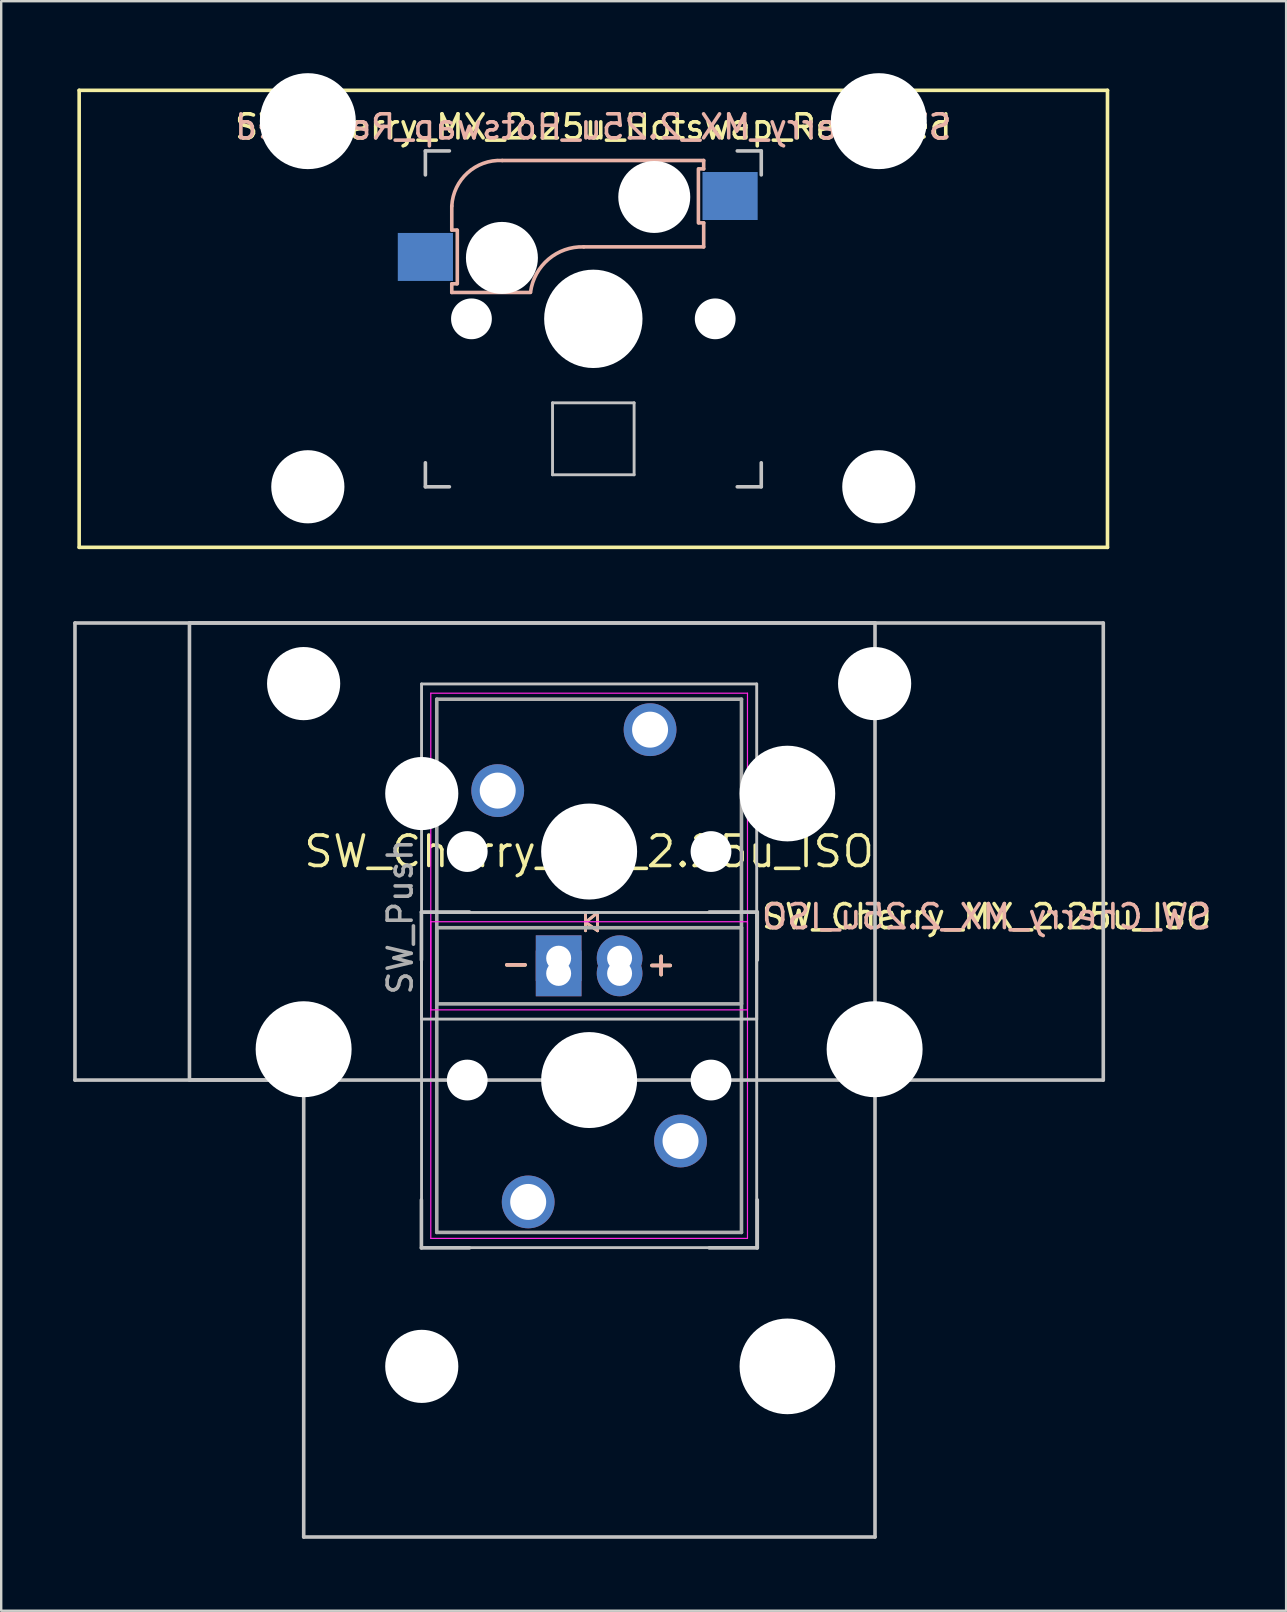
<source format=kicad_pcb>
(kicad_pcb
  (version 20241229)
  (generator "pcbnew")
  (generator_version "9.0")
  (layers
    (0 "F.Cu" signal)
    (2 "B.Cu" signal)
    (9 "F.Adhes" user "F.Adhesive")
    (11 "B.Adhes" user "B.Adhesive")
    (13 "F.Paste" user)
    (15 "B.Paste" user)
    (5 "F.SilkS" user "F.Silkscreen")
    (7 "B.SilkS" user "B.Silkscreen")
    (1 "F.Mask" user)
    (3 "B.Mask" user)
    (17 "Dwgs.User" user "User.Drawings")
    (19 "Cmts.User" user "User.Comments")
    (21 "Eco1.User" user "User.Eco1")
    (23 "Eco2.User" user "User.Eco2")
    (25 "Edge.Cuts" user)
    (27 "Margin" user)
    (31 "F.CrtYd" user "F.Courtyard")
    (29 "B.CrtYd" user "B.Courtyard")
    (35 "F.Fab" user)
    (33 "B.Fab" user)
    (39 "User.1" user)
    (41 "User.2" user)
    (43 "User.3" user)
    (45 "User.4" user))
  (footprint "SW_Cherry_MX_2.25u_ISO"
    (layer "F.Cu")
    (at 21.506 32.444)
    (property "Reference" "SW_Cherry_MX_2.25u_ISO" (at 0 0 0) (layer "F.SilkS") (effects (font (size 1.27 1.27) (thickness 0.15))))
    (attr through_hole)
    (fp_line (start -0.15 2.95) (end 0.35 3.3) (stroke (width 0.12) (type solid)) (layer "F.SilkS"))
    (fp_line (start -0.15 3.3) (end -0.15 2.55) (stroke (width 0.12) (type solid)) (layer "F.SilkS"))
    (fp_line (start 0.35 2.55) (end -0.15 2.95) (stroke (width 0.12) (type solid)) (layer "F.SilkS"))
    (fp_line (start 0.35 3.3) (end 0.35 2.55) (stroke (width 0.12) (type solid)) (layer "F.SilkS"))
    (fp_line (start -0.15 2.95) (end 0.35 3.3) (stroke (width 0.12) (type solid)) (layer "B.SilkS"))
    (fp_line (start -0.15 3.3) (end -0.15 2.55) (stroke (width 0.12) (type solid)) (layer "B.SilkS"))
    (fp_line (start 0.35 2.55) (end -0.15 2.95) (stroke (width 0.12) (type solid)) (layer "B.SilkS"))
    (fp_line (start 0.35 3.3) (end 0.35 2.55) (stroke (width 0.12) (type solid)) (layer "B.SilkS"))
    (fp_line (start -21.431 -9.525) (end 21.431 -9.525) (stroke (width 0.15) (type solid)) (layer "Dwgs.User"))
    (fp_line (start -21.431 9.525) (end -21.431 -9.525) (stroke (width 0.15) (type solid)) (layer "Dwgs.User"))
    (fp_line (start -16.659 -9.529) (end -16.659 9.521) (stroke (width 0.15) (type solid)) (layer "Dwgs.User"))
    (fp_line (start -16.659 -9.529) (end 11.916 -9.529) (stroke (width 0.15) (type solid)) (layer "Dwgs.User"))
    (fp_line (start -11.897 9.521) (end -16.659 9.521) (stroke (width 0.15) (type solid)) (layer "Dwgs.User"))
    (fp_line (start -11.897 28.571) (end -11.897 9.521) (stroke (width 0.15) (type solid)) (layer "Dwgs.User"))
    (fp_line (start -11.897 28.571) (end 11.916 28.571) (stroke (width 0.15) (type solid)) (layer "Dwgs.User"))
    (fp_line (start -6.991 2.521) (end -6.991 4.521) (stroke (width 0.15) (type solid)) (layer "Dwgs.User"))
    (fp_line (start -6.991 14.521) (end -6.991 16.521) (stroke (width 0.15) (type solid)) (layer "Dwgs.User"))
    (fp_line (start -6.991 16.521) (end -4.991 16.521) (stroke (width 0.15) (type solid)) (layer "Dwgs.User"))
    (fp_line (start -6.985 -6.985) (end 6.985 -6.985) (stroke (width 0.12) (type solid)) (layer "Dwgs.User"))
    (fp_line (start -6.985 2.54) (end 6.985 2.54) (stroke (width 0.12) (type solid)) (layer "Dwgs.User"))
    (fp_line (start -6.985 6.985) (end -6.985 -6.985) (stroke (width 0.12) (type solid)) (layer "Dwgs.User"))
    (fp_line (start -6.985 16.51) (end -6.985 2.54) (stroke (width 0.12) (type solid)) (layer "Dwgs.User"))
    (fp_line (start -4.991 2.521) (end -6.991 2.521) (stroke (width 0.15) (type solid)) (layer "Dwgs.User"))
    (fp_line (start 5.009 2.521) (end 7.009 2.521) (stroke (width 0.15) (type solid)) (layer "Dwgs.User"))
    (fp_line (start 5.009 16.521) (end 7.009 16.521) (stroke (width 0.15) (type solid)) (layer "Dwgs.User"))
    (fp_line (start 6.985 -6.985) (end 6.985 6.985) (stroke (width 0.12) (type solid)) (layer "Dwgs.User"))
    (fp_line (start 6.985 2.54) (end 6.985 16.51) (stroke (width 0.12) (type solid)) (layer "Dwgs.User"))
    (fp_line (start 6.985 6.985) (end -6.985 6.985) (stroke (width 0.12) (type solid)) (layer "Dwgs.User"))
    (fp_line (start 6.985 16.51) (end -6.985 16.51) (stroke (width 0.12) (type solid)) (layer "Dwgs.User"))
    (fp_line (start 7.009 2.521) (end 7.009 4.521) (stroke (width 0.15) (type solid)) (layer "Dwgs.User"))
    (fp_line (start 7.009 16.521) (end 7.009 14.521) (stroke (width 0.15) (type solid)) (layer "Dwgs.User"))
    (fp_line (start 11.916 -9.529) (end 11.916 28.571) (stroke (width 0.15) (type solid)) (layer "Dwgs.User"))
    (fp_line (start 21.431 -9.525) (end 21.431 9.525) (stroke (width 0.15) (type solid)) (layer "Dwgs.User"))
    (fp_line (start 21.431 9.525) (end -21.431 9.525) (stroke (width 0.15) (type solid)) (layer "Dwgs.User"))
    (fp_line (start -16.129 -2.286) (end -15.265 -2.286) (stroke (width 0.05) (type solid)) (layer "Eco1.User"))
    (fp_line (start -16.129 0.508) (end -16.129 -2.286) (stroke (width 0.05) (type solid)) (layer "Eco1.User"))
    (fp_line (start -15.265 -5.69) (end -8.611 -5.69) (stroke (width 0.05) (type solid)) (layer "Eco1.User"))
    (fp_line (start -15.265 -2.286) (end -15.265 -5.69) (stroke (width 0.05) (type solid)) (layer "Eco1.User"))
    (fp_line (start -15.265 0.508) (end -16.129 0.508) (stroke (width 0.05) (type solid)) (layer "Eco1.User"))
    (fp_line (start -15.265 6.604) (end -15.265 0.508) (stroke (width 0.05) (type solid)) (layer "Eco1.User"))
    (fp_line (start -14.224 6.604) (end -15.265 6.604) (stroke (width 0.05) (type solid)) (layer "Eco1.User"))
    (fp_line (start -14.224 7.772) (end -14.224 6.604) (stroke (width 0.05) (type solid)) (layer "Eco1.User"))
    (fp_line (start -9.652 6.604) (end -9.652 7.772) (stroke (width 0.05) (type solid)) (layer "Eco1.User"))
    (fp_line (start -9.652 7.772) (end -14.224 7.772) (stroke (width 0.05) (type solid)) (layer "Eco1.User"))
    (fp_line (start -8.611 -5.69) (end -8.611 -4.877) (stroke (width 0.05) (type solid)) (layer "Eco1.User"))
    (fp_line (start -8.611 -4.877) (end -6.985 -4.877) (stroke (width 0.05) (type solid)) (layer "Eco1.User"))
    (fp_line (start -8.611 5.817) (end -8.611 6.604) (stroke (width 0.05) (type solid)) (layer "Eco1.User"))
    (fp_line (start -8.611 6.604) (end -9.652 6.604) (stroke (width 0.05) (type solid)) (layer "Eco1.User"))
    (fp_line (start -6.985 -6.985) (end 7 -6.985) (stroke (width 0.05) (type solid)) (layer "Eco1.User"))
    (fp_line (start -6.985 -4.877) (end -6.985 -6.985) (stroke (width 0.05) (type solid)) (layer "Eco1.User"))
    (fp_line (start -6.985 5.817) (end -8.611 5.817) (stroke (width 0.05) (type solid)) (layer "Eco1.User"))
    (fp_line (start -6.985 16.51) (end -6.985 5.817) (stroke (width 0.05) (type solid)) (layer "Eco1.User"))
    (fp_line (start -5.69 18.136) (end -4.877 18.136) (stroke (width 0.05) (type solid)) (layer "Eco1.User"))
    (fp_line (start -5.69 24.79) (end -5.69 18.136) (stroke (width 0.05) (type solid)) (layer "Eco1.User"))
    (fp_line (start -4.877 16.51) (end -6.985 16.51) (stroke (width 0.05) (type solid)) (layer "Eco1.User"))
    (fp_line (start -4.877 18.136) (end -4.877 16.51) (stroke (width 0.05) (type solid)) (layer "Eco1.User"))
    (fp_line (start -2.286 24.79) (end -5.69 24.79) (stroke (width 0.05) (type solid)) (layer "Eco1.User"))
    (fp_line (start -2.286 25.654) (end -2.286 24.79) (stroke (width 0.05) (type solid)) (layer "Eco1.User"))
    (fp_line (start 0.508 24.79) (end 0.508 25.654) (stroke (width 0.05) (type solid)) (layer "Eco1.User"))
    (fp_line (start 0.508 25.654) (end -2.286 25.654) (stroke (width 0.05) (type solid)) (layer "Eco1.User"))
    (fp_line (start 5.817 16.51) (end 5.817 18.136) (stroke (width 0.05) (type solid)) (layer "Eco1.User"))
    (fp_line (start 5.817 18.136) (end 6.604 18.136) (stroke (width 0.05) (type solid)) (layer "Eco1.User"))
    (fp_line (start 6.604 18.136) (end 6.604 19.177) (stroke (width 0.05) (type solid)) (layer "Eco1.User"))
    (fp_line (start 6.604 19.177) (end 7.772 19.177) (stroke (width 0.05) (type solid)) (layer "Eco1.User"))
    (fp_line (start 6.604 23.749) (end 6.604 24.79) (stroke (width 0.05) (type solid)) (layer "Eco1.User"))
    (fp_line (start 6.604 24.79) (end 0.508 24.79) (stroke (width 0.05) (type solid)) (layer "Eco1.User"))
    (fp_line (start 7 -6.985) (end 7 -4.877) (stroke (width 0.05) (type solid)) (layer "Eco1.User"))
    (fp_line (start 7 -4.877) (end 8.611 -4.877) (stroke (width 0.05) (type solid)) (layer "Eco1.User"))
    (fp_line (start 7 5.817) (end 7 16.51) (stroke (width 0.05) (type solid)) (layer "Eco1.User"))
    (fp_line (start 7 16.51) (end 5.817 16.51) (stroke (width 0.05) (type solid)) (layer "Eco1.User"))
    (fp_line (start 7.772 19.177) (end 7.772 23.749) (stroke (width 0.05) (type solid)) (layer "Eco1.User"))
    (fp_line (start 7.772 23.749) (end 6.604 23.749) (stroke (width 0.05) (type solid)) (layer "Eco1.User"))
    (fp_line (start 8.611 -5.69) (end 15.265 -5.69) (stroke (width 0.05) (type solid)) (layer "Eco1.User"))
    (fp_line (start 8.611 -4.877) (end 8.611 -5.69) (stroke (width 0.05) (type solid)) (layer "Eco1.User"))
    (fp_line (start 8.611 5.817) (end 7 5.817) (stroke (width 0.05) (type solid)) (layer "Eco1.User"))
    (fp_line (start 8.611 6.604) (end 8.611 5.817) (stroke (width 0.05) (type solid)) (layer "Eco1.User"))
    (fp_line (start 9.652 6.604) (end 8.611 6.604) (stroke (width 0.05) (type solid)) (layer "Eco1.User"))
    (fp_line (start 9.652 7.772) (end 9.652 6.604) (stroke (width 0.05) (type solid)) (layer "Eco1.User"))
    (fp_line (start 14.224 6.604) (end 14.224 7.772) (stroke (width 0.05) (type solid)) (layer "Eco1.User"))
    (fp_line (start 14.224 7.772) (end 9.652 7.772) (stroke (width 0.05) (type solid)) (layer "Eco1.User"))
    (fp_line (start 15.265 -5.69) (end 15.265 -2.286) (stroke (width 0.05) (type solid)) (layer "Eco1.User"))
    (fp_line (start 15.265 -2.286) (end 16.129 -2.286) (stroke (width 0.05) (type solid)) (layer "Eco1.User"))
    (fp_line (start 15.265 0.508) (end 15.265 6.604) (stroke (width 0.05) (type solid)) (layer "Eco1.User"))
    (fp_line (start 15.265 6.604) (end 14.224 6.604) (stroke (width 0.05) (type solid)) (layer "Eco1.User"))
    (fp_line (start 16.129 -2.286) (end 16.129 0.508) (stroke (width 0.05) (type solid)) (layer "Eco1.User"))
    (fp_line (start 16.129 0.508) (end 15.265 0.508) (stroke (width 0.05) (type solid)) (layer "Eco1.User"))
    (fp_line (start -6.6 -6.6) (end 6.6 -6.6) (stroke (width 0.05) (type solid)) (layer "F.CrtYd"))
    (fp_line (start -6.6 2.925) (end 6.6 2.925) (stroke (width 0.05) (type solid)) (layer "F.CrtYd"))
    (fp_line (start -6.6 6.6) (end -6.6 -6.6) (stroke (width 0.05) (type solid)) (layer "F.CrtYd"))
    (fp_line (start -6.6 16.125) (end -6.6 2.925) (stroke (width 0.05) (type solid)) (layer "F.CrtYd"))
    (fp_line (start 6.6 -6.6) (end 6.6 6.6) (stroke (width 0.05) (type solid)) (layer "F.CrtYd"))
    (fp_line (start 6.6 2.925) (end 6.6 16.125) (stroke (width 0.05) (type solid)) (layer "F.CrtYd"))
    (fp_line (start 6.6 6.6) (end -6.6 6.6) (stroke (width 0.05) (type solid)) (layer "F.CrtYd"))
    (fp_line (start 6.6 16.125) (end -6.6 16.125) (stroke (width 0.05) (type solid)) (layer "F.CrtYd"))
    (fp_line (start -6.35 -6.35) (end 6.35 -6.35) (stroke (width 0.15) (type solid)) (layer "F.Fab"))
    (fp_line (start -6.35 3.175) (end 6.35 3.175) (stroke (width 0.15) (type solid)) (layer "F.Fab"))
    (fp_line (start -6.35 6.35) (end -6.35 -6.35) (stroke (width 0.15) (type solid)) (layer "F.Fab"))
    (fp_line (start -6.35 15.875) (end -6.35 3.175) (stroke (width 0.15) (type solid)) (layer "F.Fab"))
    (fp_line (start 6.35 -6.35) (end 6.35 6.35) (stroke (width 0.15) (type solid)) (layer "F.Fab"))
    (fp_line (start 6.35 3.175) (end 6.35 15.875) (stroke (width 0.15) (type solid)) (layer "F.Fab"))
    (fp_line (start 6.35 6.35) (end -6.35 6.35) (stroke (width 0.15) (type solid)) (layer "F.Fab"))
    (fp_line (start 6.35 15.875) (end -6.35 15.875) (stroke (width 0.15) (type solid)) (layer "F.Fab"))
    (fp_text user "${REFERENCE}" (at 16.57 2.714 0) (layer "F.SilkS") (effects (font (size 1 1) (thickness 0.15))))
    (fp_text user "+" (at 3 4.675 0) (layer "F.SilkS") (effects (font (size 1 1) (thickness 0.15))))
    (fp_text user "-" (at -3.05 4.65 0) (layer "F.SilkS") (effects (font (size 1 1) (thickness 0.15))))
    (fp_text user "${REFERENCE}" (at 16.57 2.714 0) (layer "B.SilkS") (effects (font (size 1 1) (thickness 0.15)) (justify mirror)))
    (fp_text user "+" (at 3 4.675 0) (layer "B.SilkS") (effects (font (size 1 1) (thickness 0.15))))
    (fp_text user "-" (at -3.05 4.65 0) (layer "B.SilkS") (effects (font (size 1 1) (thickness 0.15))))
    (fp_text user "SW_Push" (at -7.874 2.718 90) (layer "F.Fab") (effects (font (size 1 1) (thickness 0.15))))
    (pad "" np_thru_hole circle (at -11.9 -7) (size 3.05 3.05) (drill 3.05) (layers "*.Cu" "*.Mask"))
    (pad "" np_thru_hole circle (at -11.9 8.24) (size 4 4) (drill 4) (layers "*.Cu" "*.Mask"))
    (pad "" np_thru_hole circle (at -6.976 -2.417) (size 3.048 3.048) (drill 3.048) (layers "*.Cu" "*.Mask"))
    (pad "" np_thru_hole circle (at -6.976 21.459) (size 3.048 3.048) (drill 3.048) (layers "*.Cu" "*.Mask"))
    (pad "" np_thru_hole circle (at -5.08 0) (size 1.7 1.7) (drill 1.7) (layers "*.Cu" "*.Mask"))
    (pad "" np_thru_hole circle (at -5.08 9.525 180) (size 1.7 1.7) (drill 1.7) (layers "*.Cu" "*.Mask"))
    (pad "" np_thru_hole circle (at 0 0) (size 4 4) (drill 4) (layers "*.Cu" "*.Mask"))
    (pad "" np_thru_hole circle (at 0 9.525 180) (size 4 4) (drill 4) (layers "*.Cu" "*.Mask"))
    (pad "" np_thru_hole circle (at 5.08 0) (size 1.7 1.7) (drill 1.7) (layers "*.Cu" "*.Mask"))
    (pad "" np_thru_hole circle (at 5.08 9.525 180) (size 1.7 1.7) (drill 1.7) (layers "*.Cu" "*.Mask"))
    (pad "" np_thru_hole circle (at 8.264 -2.417) (size 3.988 3.988) (drill 3.988) (layers "*.Cu" "*.Mask"))
    (pad "" np_thru_hole circle (at 8.264 21.459) (size 3.988 3.988) (drill 3.988) (layers "*.Cu" "*.Mask"))
    (pad "" np_thru_hole circle (at 11.9 -7) (size 3.05 3.05) (drill 3.05) (layers "*.Cu" "*.Mask"))
    (pad "" np_thru_hole circle (at 11.9 8.24) (size 4 4) (drill 4) (layers "*.Cu" "*.Mask"))
    (pad "1" thru_hole circle (at -2.54 14.605 180) (size 2.2 2.2) (drill 1.5) (layers "*.Cu" "*.Mask"))
    (pad "1" thru_hole circle (at 2.54 -5.08) (size 2.2 2.2) (drill 1.5) (layers "*.Cu" "*.Mask"))
    (pad "2" thru_hole circle (at -3.81 -2.54) (size 2.2 2.2) (drill 1.5) (layers "*.Cu" "*.Mask"))
    (pad "2" thru_hole circle (at 3.81 12.065 180) (size 2.2 2.2) (drill 1.5) (layers "*.Cu" "*.Mask"))
    (pad "3" thru_hole circle (at 1.27 4.445 180) (size 1.905 1.905) (drill 1.04) (layers "*.Cu" "*.Mask"))
    (pad "3" thru_hole circle (at 1.27 5.08) (size 1.905 1.905) (drill 1.04) (layers "*.Cu" "*.Mask"))
    (pad "4" thru_hole rect (at -1.27 4.445 180) (size 1.905 1.905) (drill 1.04) (layers "*.Cu" "*.Mask"))
    (pad "4" thru_hole rect (at -1.27 5.08) (size 1.905 1.905) (drill 1.04) (layers "*.Cu" "*.Mask")))
  (footprint "SW_Cherry_MX_2.25u_Hotswap_Reversed"
    (layer "F.Cu")
    (at 0.25 0.715)
    (property "Reference" "SW_Cherry_MX_2.25u_Hotswap_Reversed" (at 21.431 1.525 0) (unlocked yes) (layer "F.SilkS") (effects (font (size 1 1) (thickness 0.15))))
    (attr smd)
    (fp_line (start 0 0) (end 42.862 0) (stroke (width 0.15) (type solid)) (layer "F.SilkS"))
    (fp_line (start 0 19.05) (end 0 0) (stroke (width 0.15) (type solid)) (layer "F.SilkS"))
    (fp_line (start 42.862 0) (end 42.862 19.05) (stroke (width 0.15) (type solid)) (layer "F.SilkS"))
    (fp_line (start 42.862 19.05) (end 0 19.05) (stroke (width 0.15) (type solid)) (layer "F.SilkS"))
    (fp_line (start 15.531 4.825) (end 15.531 5.825) (stroke (width 0.15) (type solid)) (layer "B.SilkS"))
    (fp_line (start 15.531 5.825) (end 15.731 5.825) (stroke (width 0.15) (type solid)) (layer "B.SilkS"))
    (fp_line (start 15.531 8.425) (end 15.531 8.065) (stroke (width 0.15) (type solid)) (layer "B.SilkS"))
    (fp_line (start 15.531 8.425) (end 18.811 8.425) (stroke (width 0.15) (type solid)) (layer "B.SilkS"))
    (fp_line (start 15.731 8.065) (end 15.531 8.065) (stroke (width 0.15) (type solid)) (layer "B.SilkS"))
    (fp_line (start 15.761 5.825) (end 15.761 8.065) (stroke (width 0.15) (type solid)) (layer "B.SilkS"))
    (fp_line (start 21.031 6.525) (end 26.031 6.525) (stroke (width 0.15) (type solid)) (layer "B.SilkS"))
    (fp_line (start 25.811 5.525) (end 25.811 3.275) (stroke (width 0.15) (type solid)) (layer "B.SilkS"))
    (fp_line (start 25.831 3.275) (end 26.031 3.275) (stroke (width 0.15) (type solid)) (layer "B.SilkS"))
    (fp_line (start 26.031 2.925) (end 17.631 2.925) (stroke (width 0.15) (type solid)) (layer "B.SilkS"))
    (fp_line (start 26.031 3.275) (end 26.031 2.925) (stroke (width 0.15) (type solid)) (layer "B.SilkS"))
    (fp_line (start 26.031 5.525) (end 25.831 5.525) (stroke (width 0.15) (type solid)) (layer "B.SilkS"))
    (fp_line (start 26.031 6.525) (end 26.031 5.525) (stroke (width 0.15) (type solid)) (layer "B.SilkS"))
    (fp_arc (start 15.53125 4.825001) (mid 16.187746 3.440076) (end 17.631249 2.925) (stroke (width 0.15) (type solid)) (layer "B.SilkS"))
    (fp_arc (start 18.814932 8.403529) (mid 19.562541 7.038882) (end 21.03125 6.525) (stroke (width 0.15) (type solid)) (layer "B.SilkS"))
    (fp_line (start 14.431 2.525) (end 15.431 2.525) (stroke (width 0.15) (type solid)) (layer "Dwgs.User"))
    (fp_line (start 14.431 3.525) (end 14.431 2.525) (stroke (width 0.15) (type solid)) (layer "Dwgs.User"))
    (fp_line (start 14.431 15.525) (end 14.431 16.525) (stroke (width 0.15) (type solid)) (layer "Dwgs.User"))
    (fp_line (start 14.431 16.525) (end 15.431 16.525) (stroke (width 0.15) (type solid)) (layer "Dwgs.User"))
    (fp_line (start 19.731 13.025) (end 23.131 13.025) (stroke (width 0.12) (type solid)) (layer "Dwgs.User"))
    (fp_line (start 19.731 16.025) (end 19.731 13.025) (stroke (width 0.12) (type solid)) (layer "Dwgs.User"))
    (fp_line (start 23.131 13.025) (end 23.131 16.025) (stroke (width 0.12) (type solid)) (layer "Dwgs.User"))
    (fp_line (start 23.131 16.025) (end 19.731 16.025) (stroke (width 0.12) (type solid)) (layer "Dwgs.User"))
    (fp_line (start 27.431 16.525) (end 28.431 16.525) (stroke (width 0.15) (type solid)) (layer "Dwgs.User"))
    (fp_line (start 28.431 2.525) (end 27.431 2.525) (stroke (width 0.15) (type solid)) (layer "Dwgs.User"))
    (fp_line (start 28.431 2.525) (end 28.431 3.525) (stroke (width 0.15) (type solid)) (layer "Dwgs.User"))
    (fp_line (start 28.431 16.525) (end 28.431 15.525) (stroke (width 0.15) (type solid)) (layer "Dwgs.User"))
    (fp_line (start 5.931 0.475) (end 5.931 15.575) (stroke (width 0.05) (type solid)) (layer "Eco1.User"))
    (fp_line (start 12.931 0.475) (end 5.931 0.475) (stroke (width 0.05) (type solid)) (layer "Eco1.User"))
    (fp_line (start 12.931 0.475) (end 12.931 2.475) (stroke (width 0.05) (type solid)) (layer "Eco1.User"))
    (fp_line (start 14.381 15.575) (end 5.931 15.575) (stroke (width 0.05) (type solid)) (layer "Eco1.User"))
    (fp_line (start 14.381 16.575) (end 14.381 15.575) (stroke (width 0.05) (type solid)) (layer "Eco1.User"))
    (fp_line (start 21.431 2.475) (end 12.931 2.475) (stroke (width 0.05) (type default)) (layer "Eco1.User"))
    (fp_line (start 21.431 2.475) (end 29.931 2.475) (stroke (width 0.05) (type solid)) (layer "Eco1.User"))
    (fp_line (start 28.481 2.475) (end 28.481 3.475) (stroke (width 0.05) (type solid)) (layer "Eco1.User"))
    (fp_line (start 28.481 16.575) (end 14.381 16.575) (stroke (width 0.05) (type solid)) (layer "Eco1.User"))
    (fp_line (start 28.481 16.575) (end 28.481 15.575) (stroke (width 0.05) (type solid)) (layer "Eco1.User"))
    (fp_line (start 29.931 0.475) (end 36.931 0.475) (stroke (width 0.05) (type solid)) (layer "Eco1.User"))
    (fp_line (start 29.931 2.475) (end 29.931 0.475) (stroke (width 0.05) (type solid)) (layer "Eco1.User"))
    (fp_line (start 36.931 0.475) (end 36.931 15.575) (stroke (width 0.05) (type solid)) (layer "Eco1.User"))
    (fp_line (start 36.931 15.575) (end 28.481 15.575) (stroke (width 0.05) (type solid)) (layer "Eco1.User"))
    (fp_text user "${REFERENCE}" (at 21.431 1.525 0) (layer "B.SilkS") (effects (font (size 1 1) (thickness 0.15)) (justify mirror)))
    (pad "" np_thru_hole circle (at 9.531 1.285 180) (size 4 4) (drill 4) (layers "*.Cu" "*.Mask"))
    (pad "" np_thru_hole circle (at 9.531 16.525 180) (size 3.05 3.05) (drill 3.05) (layers "*.Cu" "*.Mask"))
    (pad "" np_thru_hole circle (at 16.351 9.525) (size 1.7 1.7) (drill 1.7) (layers "*.Cu" "*.Mask"))
    (pad "" np_thru_hole circle (at 17.621 6.985 180) (size 3 3) (drill 3) (layers "*.Cu" "*.Mask"))
    (pad "" np_thru_hole circle (at 21.431 9.525 90) (size 4.1 4.1) (drill 4.1) (layers "*.Cu" "*.Mask"))
    (pad "" np_thru_hole circle (at 23.971 4.445 180) (size 3 3) (drill 3) (layers "*.Cu" "*.Mask"))
    (pad "" np_thru_hole circle (at 26.511 9.525) (size 1.7 1.7) (drill 1.7) (layers "*.Cu" "*.Mask"))
    (pad "" np_thru_hole circle (at 33.331 1.285 180) (size 4 4) (drill 4) (layers "*.Cu" "*.Mask"))
    (pad "" np_thru_hole circle (at 33.331 16.525 180) (size 3.05 3.05) (drill 3.05) (layers "*.Cu" "*.Mask"))
    (pad "1" smd rect (at 14.431 6.945 180) (size 2.3 2) (layers "B.Cu" "B.Mask" "B.Paste"))
    (pad "2" smd rect (at 27.131 4.405 180) (size 2.3 2) (layers "B.Cu" "B.Mask" "B.Paste")))
  (gr_rect
    (start -3 -3)
    (end 50.559 64.09)
    (stroke (width 0.1) (type default))
    (fill no)
    (layer "Edge.Cuts")))
</source>
